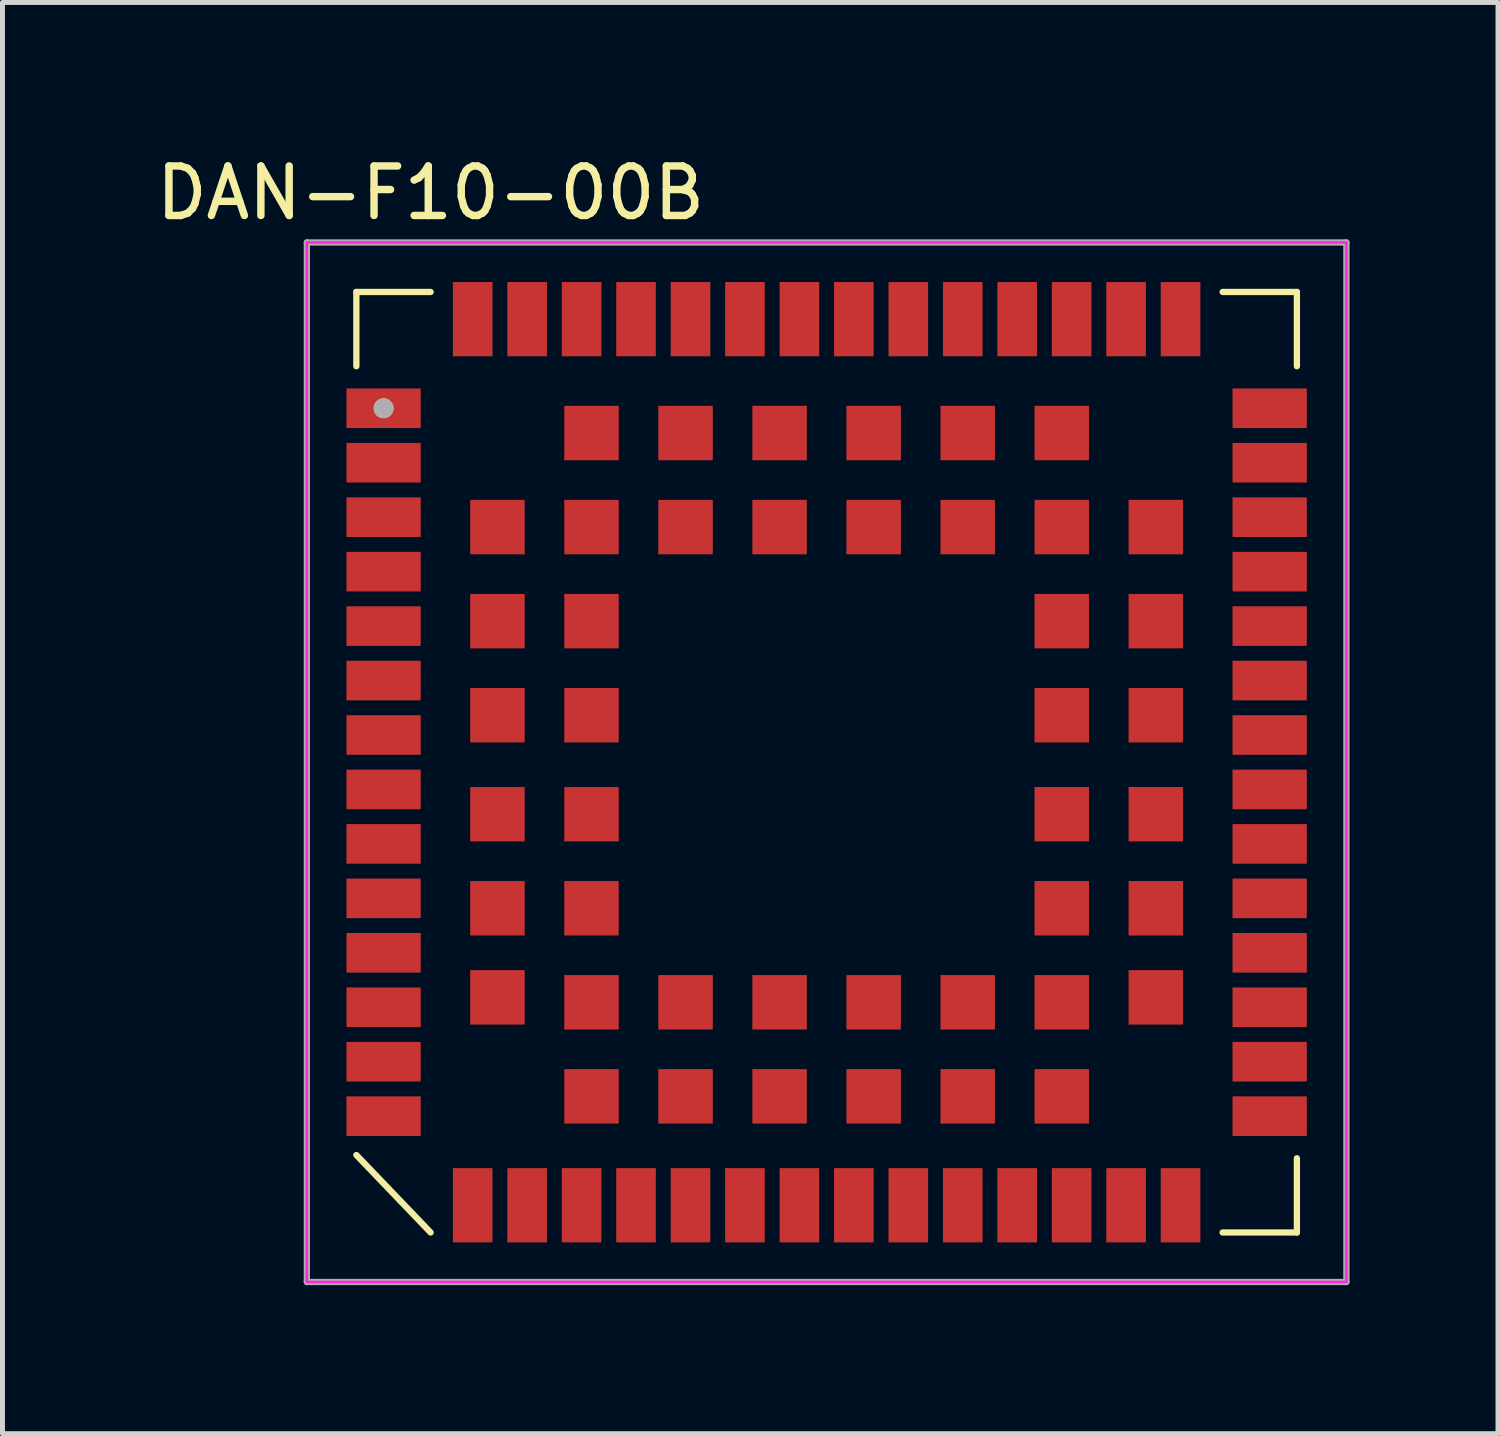
<source format=kicad_pcb>
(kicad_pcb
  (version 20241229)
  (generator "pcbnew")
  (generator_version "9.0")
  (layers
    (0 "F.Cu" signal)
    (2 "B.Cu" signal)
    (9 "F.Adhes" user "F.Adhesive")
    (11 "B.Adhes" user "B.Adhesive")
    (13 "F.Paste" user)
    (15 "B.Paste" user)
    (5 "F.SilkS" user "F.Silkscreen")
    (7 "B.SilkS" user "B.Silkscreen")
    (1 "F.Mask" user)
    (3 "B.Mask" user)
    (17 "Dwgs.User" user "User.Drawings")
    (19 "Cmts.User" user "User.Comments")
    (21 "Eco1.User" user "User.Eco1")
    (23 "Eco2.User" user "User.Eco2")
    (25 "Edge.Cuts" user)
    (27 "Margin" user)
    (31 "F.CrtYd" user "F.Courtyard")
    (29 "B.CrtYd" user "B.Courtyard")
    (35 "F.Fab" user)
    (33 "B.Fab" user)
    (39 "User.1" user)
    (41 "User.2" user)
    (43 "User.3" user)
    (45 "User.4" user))
  (footprint "DAN-F10-00B"
    (layer "F.Cu")
    (at 13.649 12.348)
    (property "Reference" "DAN-F10-00B" (at -8 -11.5 0) (layer "F.SilkS") (effects (font (size 1 1) (thickness 0.15))))
    (attr smd)
    (fp_line (start -9.5 -8) (end -9.5 -9.5) (stroke (width 0.127) (type solid)) (layer "F.SilkS"))
    (fp_line (start -9.5 7.935) (end -8 9.5) (stroke (width 0.127) (type solid)) (layer "F.SilkS"))
    (fp_line (start -8 -9.5) (end -9.5 -9.5) (stroke (width 0.127) (type solid)) (layer "F.SilkS"))
    (fp_line (start 8 -9.5) (end 9.5 -9.5) (stroke (width 0.127) (type solid)) (layer "F.SilkS"))
    (fp_line (start 8 9.5) (end 9.5 9.5) (stroke (width 0.127) (type solid)) (layer "F.SilkS"))
    (fp_line (start 9.5 -9.5) (end 9.5 -8) (stroke (width 0.127) (type solid)) (layer "F.SilkS"))
    (fp_line (start 9.5 8) (end 9.5 9.5) (stroke (width 0.127) (type solid)) (layer "F.SilkS"))
    (fp_circle (center -8.95 -7.15) (end -8.85 -7.15) (stroke (width 0.2) (type solid)) (fill no) (layer "F.SilkS"))
    (fp_poly (pts (xy -9.725 -7.52) (xy -8.175 -7.52) (xy -8.175 -6.77) (xy -9.725 -6.77)) (stroke (width 0.01) (type solid)) (fill yes) (layer "F.Paste"))
    (fp_poly (pts (xy -9.725 -6.425) (xy -8.175 -6.425) (xy -8.175 -5.675) (xy -9.725 -5.675)) (stroke (width 0.01) (type solid)) (fill yes) (layer "F.Paste"))
    (fp_poly (pts (xy -9.725 -4.225) (xy -8.175 -4.225) (xy -8.175 -3.475) (xy -9.725 -3.475)) (stroke (width 0.01) (type solid)) (fill yes) (layer "F.Paste"))
    (fp_poly (pts (xy -9.725 -3.125) (xy -8.175 -3.125) (xy -8.175 -2.375) (xy -9.725 -2.375)) (stroke (width 0.01) (type solid)) (fill yes) (layer "F.Paste"))
    (fp_poly (pts (xy -9.725 -2.025) (xy -8.175 -2.025) (xy -8.175 -1.275) (xy -9.725 -1.275)) (stroke (width 0.01) (type solid)) (fill yes) (layer "F.Paste"))
    (fp_poly (pts (xy -9.725 0.175) (xy -8.175 0.175) (xy -8.175 0.925) (xy -9.725 0.925)) (stroke (width 0.01) (type solid)) (fill yes) (layer "F.Paste"))
    (fp_poly (pts (xy -9.725 1.275) (xy -8.175 1.275) (xy -8.175 2.025) (xy -9.725 2.025)) (stroke (width 0.01) (type solid)) (fill yes) (layer "F.Paste"))
    (fp_poly (pts (xy -9.725 3.475) (xy -8.175 3.475) (xy -8.175 4.225) (xy -9.725 4.225)) (stroke (width 0.01) (type solid)) (fill yes) (layer "F.Paste"))
    (fp_poly (pts (xy -9.725 5.675) (xy -8.175 5.675) (xy -8.175 6.425) (xy -9.725 6.425)) (stroke (width 0.01) (type solid)) (fill yes) (layer "F.Paste"))
    (fp_poly (pts (xy -9.725 6.775) (xy -8.175 6.775) (xy -8.175 7.525) (xy -9.725 7.525)) (stroke (width 0.01) (type solid)) (fill yes) (layer "F.Paste"))
    (fp_poly (pts (xy -9.725 -5.325) (xy -8.175 -5.325) (xy -8.175 -4.575) (xy -9.725 -4.575)) (stroke (width 0.01) (type solid)) (fill yes) (layer "F.Paste"))
    (fp_poly (pts (xy -9.725 -0.925) (xy -8.175 -0.925) (xy -8.175 -0.175) (xy -9.725 -0.175)) (stroke (width 0.01) (type solid)) (fill yes) (layer "F.Paste"))
    (fp_poly (pts (xy -9.725 2.375) (xy -8.175 2.375) (xy -8.175 3.125) (xy -9.725 3.125)) (stroke (width 0.01) (type solid)) (fill yes) (layer "F.Paste"))
    (fp_poly (pts (xy -9.725 4.575) (xy -8.175 4.575) (xy -8.175 5.325) (xy -9.725 5.325)) (stroke (width 0.01) (type solid)) (fill yes) (layer "F.Paste"))
    (fp_poly (pts (xy -6.775 -9.725) (xy -6.775 -8.175) (xy -7.525 -8.175) (xy -7.525 -9.725)) (stroke (width 0.01) (type solid)) (fill yes) (layer "F.Paste"))
    (fp_poly (pts (xy -6.775 8.175) (xy -6.775 9.725) (xy -7.525 9.725) (xy -7.525 8.175)) (stroke (width 0.01) (type solid)) (fill yes) (layer "F.Paste"))
    (fp_poly (pts (xy -6.125 -5.275) (xy -6.125 -4.225) (xy -7.175 -4.225) (xy -7.175 -5.275)) (stroke (width 0.01) (type solid)) (fill yes) (layer "F.Paste"))
    (fp_poly (pts (xy -6.125 -3.375) (xy -6.125 -2.325) (xy -7.175 -2.325) (xy -7.175 -3.375)) (stroke (width 0.01) (type solid)) (fill yes) (layer "F.Paste"))
    (fp_poly (pts (xy -6.125 -1.475) (xy -6.125 -0.425) (xy -7.175 -0.425) (xy -7.175 -1.475)) (stroke (width 0.01) (type solid)) (fill yes) (layer "F.Paste"))
    (fp_poly (pts (xy -6.125 0.525) (xy -6.125 1.575) (xy -7.175 1.575) (xy -7.175 0.525)) (stroke (width 0.01) (type solid)) (fill yes) (layer "F.Paste"))
    (fp_poly (pts (xy -6.125 2.425) (xy -6.125 3.475) (xy -7.175 3.475) (xy -7.175 2.425)) (stroke (width 0.01) (type solid)) (fill yes) (layer "F.Paste"))
    (fp_poly (pts (xy -6.125 4.225) (xy -6.125 5.275) (xy -7.175 5.275) (xy -7.175 4.225)) (stroke (width 0.01) (type solid)) (fill yes) (layer "F.Paste"))
    (fp_poly (pts (xy -5.675 -9.725) (xy -5.675 -8.175) (xy -6.425 -8.175) (xy -6.425 -9.725)) (stroke (width 0.01) (type solid)) (fill yes) (layer "F.Paste"))
    (fp_poly (pts (xy -5.675 8.175) (xy -5.675 9.725) (xy -6.425 9.725) (xy -6.425 8.175)) (stroke (width 0.01) (type solid)) (fill yes) (layer "F.Paste"))
    (fp_poly (pts (xy -4.575 -9.725) (xy -4.575 -8.175) (xy -5.325 -8.175) (xy -5.325 -9.725)) (stroke (width 0.01) (type solid)) (fill yes) (layer "F.Paste"))
    (fp_poly (pts (xy -4.575 8.175) (xy -4.575 9.725) (xy -5.325 9.725) (xy -5.325 8.175)) (stroke (width 0.01) (type solid)) (fill yes) (layer "F.Paste"))
    (fp_poly (pts (xy -4.225 -7.175) (xy -4.225 -6.125) (xy -5.275 -6.125) (xy -5.275 -7.175)) (stroke (width 0.01) (type solid)) (fill yes) (layer "F.Paste"))
    (fp_poly (pts (xy -4.225 -5.275) (xy -4.225 -4.225) (xy -5.275 -4.225) (xy -5.275 -5.275)) (stroke (width 0.01) (type solid)) (fill yes) (layer "F.Paste"))
    (fp_poly (pts (xy -4.225 -3.375) (xy -4.225 -2.325) (xy -5.275 -2.325) (xy -5.275 -3.375)) (stroke (width 0.01) (type solid)) (fill yes) (layer "F.Paste"))
    (fp_poly (pts (xy -4.225 -1.475) (xy -4.225 -0.425) (xy -5.275 -0.425) (xy -5.275 -1.475)) (stroke (width 0.01) (type solid)) (fill yes) (layer "F.Paste"))
    (fp_poly (pts (xy -4.225 0.525) (xy -4.225 1.575) (xy -5.275 1.575) (xy -5.275 0.525)) (stroke (width 0.01) (type solid)) (fill yes) (layer "F.Paste"))
    (fp_poly (pts (xy -4.225 2.425) (xy -4.225 3.475) (xy -5.275 3.475) (xy -5.275 2.425)) (stroke (width 0.01) (type solid)) (fill yes) (layer "F.Paste"))
    (fp_poly (pts (xy -4.225 4.325) (xy -4.225 5.375) (xy -5.275 5.375) (xy -5.275 4.325)) (stroke (width 0.01) (type solid)) (fill yes) (layer "F.Paste"))
    (fp_poly (pts (xy -4.225 6.225) (xy -4.225 7.275) (xy -5.275 7.275) (xy -5.275 6.225)) (stroke (width 0.01) (type solid)) (fill yes) (layer "F.Paste"))
    (fp_poly (pts (xy -3.475 -9.725) (xy -3.475 -8.175) (xy -4.225 -8.175) (xy -4.225 -9.725)) (stroke (width 0.01) (type solid)) (fill yes) (layer "F.Paste"))
    (fp_poly (pts (xy -3.475 8.175) (xy -3.475 9.725) (xy -4.225 9.725) (xy -4.225 8.175)) (stroke (width 0.01) (type solid)) (fill yes) (layer "F.Paste"))
    (fp_poly (pts (xy -2.375 -9.725) (xy -2.375 -8.175) (xy -3.125 -8.175) (xy -3.125 -9.725)) (stroke (width 0.01) (type solid)) (fill yes) (layer "F.Paste"))
    (fp_poly (pts (xy -2.375 8.175) (xy -2.375 9.725) (xy -3.125 9.725) (xy -3.125 8.175)) (stroke (width 0.01) (type solid)) (fill yes) (layer "F.Paste"))
    (fp_poly (pts (xy -2.325 -7.175) (xy -2.325 -6.125) (xy -3.375 -6.125) (xy -3.375 -7.175)) (stroke (width 0.01) (type solid)) (fill yes) (layer "F.Paste"))
    (fp_poly (pts (xy -2.325 -5.275) (xy -2.325 -4.225) (xy -3.375 -4.225) (xy -3.375 -5.275)) (stroke (width 0.01) (type solid)) (fill yes) (layer "F.Paste"))
    (fp_poly (pts (xy -2.325 4.325) (xy -2.325 5.375) (xy -3.375 5.375) (xy -3.375 4.325)) (stroke (width 0.01) (type solid)) (fill yes) (layer "F.Paste"))
    (fp_poly (pts (xy -2.325 6.225) (xy -2.325 7.275) (xy -3.375 7.275) (xy -3.375 6.225)) (stroke (width 0.01) (type solid)) (fill yes) (layer "F.Paste"))
    (fp_poly (pts (xy -1.275 -9.725) (xy -1.275 -8.175) (xy -2.025 -8.175) (xy -2.025 -9.725)) (stroke (width 0.01) (type solid)) (fill yes) (layer "F.Paste"))
    (fp_poly (pts (xy -1.275 8.175) (xy -1.275 9.725) (xy -2.025 9.725) (xy -2.025 8.175)) (stroke (width 0.01) (type solid)) (fill yes) (layer "F.Paste"))
    (fp_poly (pts (xy -0.425 -7.175) (xy -0.425 -6.125) (xy -1.475 -6.125) (xy -1.475 -7.175)) (stroke (width 0.01) (type solid)) (fill yes) (layer "F.Paste"))
    (fp_poly (pts (xy -0.425 -5.275) (xy -0.425 -4.225) (xy -1.475 -4.225) (xy -1.475 -5.275)) (stroke (width 0.01) (type solid)) (fill yes) (layer "F.Paste"))
    (fp_poly (pts (xy -0.425 4.325) (xy -0.425 5.375) (xy -1.475 5.375) (xy -1.475 4.325)) (stroke (width 0.01) (type solid)) (fill yes) (layer "F.Paste"))
    (fp_poly (pts (xy -0.425 6.225) (xy -0.425 7.275) (xy -1.475 7.275) (xy -1.475 6.225)) (stroke (width 0.01) (type solid)) (fill yes) (layer "F.Paste"))
    (fp_poly (pts (xy -0.175 -9.725) (xy -0.175 -8.175) (xy -0.925 -8.175) (xy -0.925 -9.725)) (stroke (width 0.01) (type solid)) (fill yes) (layer "F.Paste"))
    (fp_poly (pts (xy -0.175 8.175) (xy -0.175 9.725) (xy -0.925 9.725) (xy -0.925 8.175)) (stroke (width 0.01) (type solid)) (fill yes) (layer "F.Paste"))
    (fp_poly (pts (xy 0.925 -9.725) (xy 0.925 -8.175) (xy 0.175 -8.175) (xy 0.175 -9.725)) (stroke (width 0.01) (type solid)) (fill yes) (layer "F.Paste"))
    (fp_poly (pts (xy 0.925 8.175) (xy 0.925 9.725) (xy 0.175 9.725) (xy 0.175 8.175)) (stroke (width 0.01) (type solid)) (fill yes) (layer "F.Paste"))
    (fp_poly (pts (xy 1.475 -7.175) (xy 1.475 -6.125) (xy 0.425 -6.125) (xy 0.425 -7.175)) (stroke (width 0.01) (type solid)) (fill yes) (layer "F.Paste"))
    (fp_poly (pts (xy 1.475 -5.275) (xy 1.475 -4.225) (xy 0.425 -4.225) (xy 0.425 -5.275)) (stroke (width 0.01) (type solid)) (fill yes) (layer "F.Paste"))
    (fp_poly (pts (xy 1.475 4.325) (xy 1.475 5.375) (xy 0.425 5.375) (xy 0.425 4.325)) (stroke (width 0.01) (type solid)) (fill yes) (layer "F.Paste"))
    (fp_poly (pts (xy 1.475 6.225) (xy 1.475 7.275) (xy 0.425 7.275) (xy 0.425 6.225)) (stroke (width 0.01) (type solid)) (fill yes) (layer "F.Paste"))
    (fp_poly (pts (xy 2.025 -9.725) (xy 2.025 -8.175) (xy 1.275 -8.175) (xy 1.275 -9.725)) (stroke (width 0.01) (type solid)) (fill yes) (layer "F.Paste"))
    (fp_poly (pts (xy 2.025 8.175) (xy 2.025 9.725) (xy 1.275 9.725) (xy 1.275 8.175)) (stroke (width 0.01) (type solid)) (fill yes) (layer "F.Paste"))
    (fp_poly (pts (xy 3.125 -9.725) (xy 3.125 -8.175) (xy 2.375 -8.175) (xy 2.375 -9.725)) (stroke (width 0.01) (type solid)) (fill yes) (layer "F.Paste"))
    (fp_poly (pts (xy 3.125 8.175) (xy 3.125 9.725) (xy 2.375 9.725) (xy 2.375 8.175)) (stroke (width 0.01) (type solid)) (fill yes) (layer "F.Paste"))
    (fp_poly (pts (xy 3.375 -7.175) (xy 3.375 -6.125) (xy 2.325 -6.125) (xy 2.325 -7.175)) (stroke (width 0.01) (type solid)) (fill yes) (layer "F.Paste"))
    (fp_poly (pts (xy 3.375 -5.275) (xy 3.375 -4.225) (xy 2.325 -4.225) (xy 2.325 -5.275)) (stroke (width 0.01) (type solid)) (fill yes) (layer "F.Paste"))
    (fp_poly (pts (xy 3.375 4.325) (xy 3.375 5.375) (xy 2.325 5.375) (xy 2.325 4.325)) (stroke (width 0.01) (type solid)) (fill yes) (layer "F.Paste"))
    (fp_poly (pts (xy 3.375 6.225) (xy 3.375 7.275) (xy 2.325 7.275) (xy 2.325 6.225)) (stroke (width 0.01) (type solid)) (fill yes) (layer "F.Paste"))
    (fp_poly (pts (xy 4.225 -9.725) (xy 4.225 -8.175) (xy 3.475 -8.175) (xy 3.475 -9.725)) (stroke (width 0.01) (type solid)) (fill yes) (layer "F.Paste"))
    (fp_poly (pts (xy 4.225 8.175) (xy 4.225 9.725) (xy 3.475 9.725) (xy 3.475 8.175)) (stroke (width 0.01) (type solid)) (fill yes) (layer "F.Paste"))
    (fp_poly (pts (xy 5.275 -7.175) (xy 5.275 -6.125) (xy 4.225 -6.125) (xy 4.225 -7.175)) (stroke (width 0.01) (type solid)) (fill yes) (layer "F.Paste"))
    (fp_poly (pts (xy 5.275 -5.275) (xy 5.275 -4.225) (xy 4.225 -4.225) (xy 4.225 -5.275)) (stroke (width 0.01) (type solid)) (fill yes) (layer "F.Paste"))
    (fp_poly (pts (xy 5.275 -3.375) (xy 5.275 -2.325) (xy 4.225 -2.325) (xy 4.225 -3.375)) (stroke (width 0.01) (type solid)) (fill yes) (layer "F.Paste"))
    (fp_poly (pts (xy 5.275 -1.475) (xy 5.275 -0.425) (xy 4.225 -0.425) (xy 4.225 -1.475)) (stroke (width 0.01) (type solid)) (fill yes) (layer "F.Paste"))
    (fp_poly (pts (xy 5.275 0.525) (xy 5.275 1.575) (xy 4.225 1.575) (xy 4.225 0.525)) (stroke (width 0.01) (type solid)) (fill yes) (layer "F.Paste"))
    (fp_poly (pts (xy 5.275 2.425) (xy 5.275 3.475) (xy 4.225 3.475) (xy 4.225 2.425)) (stroke (width 0.01) (type solid)) (fill yes) (layer "F.Paste"))
    (fp_poly (pts (xy 5.275 4.325) (xy 5.275 5.375) (xy 4.225 5.375) (xy 4.225 4.325)) (stroke (width 0.01) (type solid)) (fill yes) (layer "F.Paste"))
    (fp_poly (pts (xy 5.275 6.225) (xy 5.275 7.275) (xy 4.225 7.275) (xy 4.225 6.225)) (stroke (width 0.01) (type solid)) (fill yes) (layer "F.Paste"))
    (fp_poly (pts (xy 5.325 -9.725) (xy 5.325 -8.175) (xy 4.575 -8.175) (xy 4.575 -9.725)) (stroke (width 0.01) (type solid)) (fill yes) (layer "F.Paste"))
    (fp_poly (pts (xy 5.325 8.175) (xy 5.325 9.725) (xy 4.575 9.725) (xy 4.575 8.175)) (stroke (width 0.01) (type solid)) (fill yes) (layer "F.Paste"))
    (fp_poly (pts (xy 6.425 -9.725) (xy 6.425 -8.175) (xy 5.675 -8.175) (xy 5.675 -9.725)) (stroke (width 0.01) (type solid)) (fill yes) (layer "F.Paste"))
    (fp_poly (pts (xy 6.425 8.175) (xy 6.425 9.725) (xy 5.675 9.725) (xy 5.675 8.175)) (stroke (width 0.01) (type solid)) (fill yes) (layer "F.Paste"))
    (fp_poly (pts (xy 7.175 -5.275) (xy 7.175 -4.225) (xy 6.125 -4.225) (xy 6.125 -5.275)) (stroke (width 0.01) (type solid)) (fill yes) (layer "F.Paste"))
    (fp_poly (pts (xy 7.175 -3.375) (xy 7.175 -2.325) (xy 6.125 -2.325) (xy 6.125 -3.375)) (stroke (width 0.01) (type solid)) (fill yes) (layer "F.Paste"))
    (fp_poly (pts (xy 7.175 -1.475) (xy 7.175 -0.425) (xy 6.125 -0.425) (xy 6.125 -1.475)) (stroke (width 0.01) (type solid)) (fill yes) (layer "F.Paste"))
    (fp_poly (pts (xy 7.175 0.525) (xy 7.175 1.575) (xy 6.125 1.575) (xy 6.125 0.525)) (stroke (width 0.01) (type solid)) (fill yes) (layer "F.Paste"))
    (fp_poly (pts (xy 7.175 2.425) (xy 7.175 3.475) (xy 6.125 3.475) (xy 6.125 2.425)) (stroke (width 0.01) (type solid)) (fill yes) (layer "F.Paste"))
    (fp_poly (pts (xy 7.175 4.225) (xy 7.175 5.275) (xy 6.125 5.275) (xy 6.125 4.225)) (stroke (width 0.01) (type solid)) (fill yes) (layer "F.Paste"))
    (fp_poly (pts (xy 7.52 -9.725) (xy 7.52 -8.175) (xy 6.77 -8.175) (xy 6.77 -9.725)) (stroke (width 0.01) (type solid)) (fill yes) (layer "F.Paste"))
    (fp_poly (pts (xy 7.52 8.175) (xy 7.52 9.725) (xy 6.77 9.725) (xy 6.77 8.175)) (stroke (width 0.01) (type solid)) (fill yes) (layer "F.Paste"))
    (fp_poly (pts (xy 8.175 -7.52) (xy 9.725 -7.52) (xy 9.725 -6.77) (xy 8.175 -6.77)) (stroke (width 0.01) (type solid)) (fill yes) (layer "F.Paste"))
    (fp_poly (pts (xy 8.175 -6.425) (xy 9.725 -6.425) (xy 9.725 -5.675) (xy 8.175 -5.675)) (stroke (width 0.01) (type solid)) (fill yes) (layer "F.Paste"))
    (fp_poly (pts (xy 8.175 -4.225) (xy 9.725 -4.225) (xy 9.725 -3.475) (xy 8.175 -3.475)) (stroke (width 0.01) (type solid)) (fill yes) (layer "F.Paste"))
    (fp_poly (pts (xy 8.175 -3.125) (xy 9.725 -3.125) (xy 9.725 -2.375) (xy 8.175 -2.375)) (stroke (width 0.01) (type solid)) (fill yes) (layer "F.Paste"))
    (fp_poly (pts (xy 8.175 -2.025) (xy 9.725 -2.025) (xy 9.725 -1.275) (xy 8.175 -1.275)) (stroke (width 0.01) (type solid)) (fill yes) (layer "F.Paste"))
    (fp_poly (pts (xy 8.175 0.175) (xy 9.725 0.175) (xy 9.725 0.925) (xy 8.175 0.925)) (stroke (width 0.01) (type solid)) (fill yes) (layer "F.Paste"))
    (fp_poly (pts (xy 8.175 1.275) (xy 9.725 1.275) (xy 9.725 2.025) (xy 8.175 2.025)) (stroke (width 0.01) (type solid)) (fill yes) (layer "F.Paste"))
    (fp_poly (pts (xy 8.175 3.475) (xy 9.725 3.475) (xy 9.725 4.225) (xy 8.175 4.225)) (stroke (width 0.01) (type solid)) (fill yes) (layer "F.Paste"))
    (fp_poly (pts (xy 8.175 5.675) (xy 9.725 5.675) (xy 9.725 6.425) (xy 8.175 6.425)) (stroke (width 0.01) (type solid)) (fill yes) (layer "F.Paste"))
    (fp_poly (pts (xy 8.175 6.775) (xy 9.725 6.775) (xy 9.725 7.525) (xy 8.175 7.525)) (stroke (width 0.01) (type solid)) (fill yes) (layer "F.Paste"))
    (fp_poly (pts (xy 8.175 -5.325) (xy 9.725 -5.325) (xy 9.725 -4.575) (xy 8.175 -4.575)) (stroke (width 0.01) (type solid)) (fill yes) (layer "F.Paste"))
    (fp_poly (pts (xy 8.175 -0.925) (xy 9.725 -0.925) (xy 9.725 -0.175) (xy 8.175 -0.175)) (stroke (width 0.01) (type solid)) (fill yes) (layer "F.Paste"))
    (fp_poly (pts (xy 8.175 2.375) (xy 9.725 2.375) (xy 9.725 3.125) (xy 8.175 3.125)) (stroke (width 0.01) (type solid)) (fill yes) (layer "F.Paste"))
    (fp_poly (pts (xy 8.175 4.575) (xy 9.725 4.575) (xy 9.725 5.325) (xy 8.175 5.325)) (stroke (width 0.01) (type solid)) (fill yes) (layer "F.Paste"))
    (fp_line (start -10.5 -10.5) (end -10.5 10.5) (stroke (width 0.05) (type solid)) (layer "F.CrtYd"))
    (fp_line (start -10.5 10.5) (end 10.5 10.5) (stroke (width 0.05) (type solid)) (layer "F.CrtYd"))
    (fp_line (start 10.5 -10.5) (end -10.5 -10.5) (stroke (width 0.05) (type solid)) (layer "F.CrtYd"))
    (fp_line (start 10.5 10.5) (end 10.5 -10.5) (stroke (width 0.05) (type solid)) (layer "F.CrtYd"))
    (fp_line (start -10.5 -10.5) (end -10.5 10.5) (stroke (width 0.127) (type solid)) (layer "F.Fab"))
    (fp_line (start -10.5 10.5) (end 10.5 10.5) (stroke (width 0.127) (type solid)) (layer "F.Fab"))
    (fp_line (start 10.5 -10.5) (end -10.5 -10.5) (stroke (width 0.127) (type solid)) (layer "F.Fab"))
    (fp_line (start 10.5 10.5) (end 10.5 -10.5) (stroke (width 0.127) (type solid)) (layer "F.Fab"))
    (fp_circle (center -8.95 -7.15) (end -8.85 -7.15) (stroke (width 0.2) (type solid)) (fill no) (layer "F.Fab"))
    (pad "1" smd rect (at -8.95 0.55 90) (size 0.8 1.5) (layers "F.Cu" "F.Mask"))
    (pad "1" smd rect (at -8.95 -1.65 90) (size 0.8 1.5) (layers "F.Cu" "F.Mask"))
    (pad "1" smd rect (at -8.95 1.65 90) (size 0.8 1.5) (layers "F.Cu" "F.Mask"))
    (pad "1" smd rect (at -8.95 4.95 90) (size 0.8 1.5) (layers "F.Cu" "F.Mask"))
    (pad "1" smd rect (at -8.95 7.15 90) (size 0.8 1.5) (layers "F.Cu" "F.Mask"))
    (pad "1" smd rect (at -8.95 -7.15 90) (size 0.8 1.5) (layers "F.Cu" "F.Mask"))
    (pad "1" smd rect (at -8.95 -6.05 90) (size 0.8 1.5) (layers "F.Cu" "F.Mask"))
    (pad "1" smd rect (at -8.95 -2.75 90) (size 0.8 1.5) (layers "F.Cu" "F.Mask"))
    (pad "1" smd rect (at -8.95 -0.55 90) (size 0.8 1.5) (layers "F.Cu" "F.Mask"))
    (pad "1" smd rect (at -7.15 -8.95) (size 0.8 1.5) (layers "F.Cu" "F.Mask"))
    (pad "1" smd rect (at -7.15 8.95) (size 0.8 1.5) (layers "F.Cu" "F.Mask"))
    (pad "1" smd rect (at -6.05 -8.95) (size 0.8 1.5) (layers "F.Cu" "F.Mask"))
    (pad "1" smd rect (at -6.05 8.95) (size 0.8 1.5) (layers "F.Cu" "F.Mask"))
    (pad "1" smd rect (at -4.95 -8.95) (size 0.8 1.5) (layers "F.Cu" "F.Mask"))
    (pad "1" smd rect (at -4.95 8.95) (size 0.8 1.5) (layers "F.Cu" "F.Mask"))
    (pad "1" smd rect (at -3.85 8.95) (size 0.8 1.5) (layers "F.Cu" "F.Mask"))
    (pad "1" smd rect (at -2.75 -8.95) (size 0.8 1.5) (layers "F.Cu" "F.Mask"))
    (pad "1" smd rect (at -2.75 8.95) (size 0.8 1.5) (layers "F.Cu" "F.Mask"))
    (pad "1" smd rect (at -1.65 -8.95) (size 0.8 1.5) (layers "F.Cu" "F.Mask"))
    (pad "1" smd rect (at -1.65 8.95) (size 0.8 1.5) (layers "F.Cu" "F.Mask"))
    (pad "1" smd rect (at -0.55 8.95) (size 0.8 1.5) (layers "F.Cu" "F.Mask"))
    (pad "1" smd rect (at 0.55 -8.95) (size 0.8 1.5) (layers "F.Cu" "F.Mask"))
    (pad "1" smd rect (at 0.55 8.95) (size 0.8 1.5) (layers "F.Cu" "F.Mask"))
    (pad "1" smd rect (at 2.75 -8.95) (size 0.8 1.5) (layers "F.Cu" "F.Mask"))
    (pad "1" smd rect (at 6.05 -8.95) (size 0.8 1.5) (layers "F.Cu" "F.Mask"))
    (pad "1" smd rect (at 6.05 8.95) (size 0.8 1.5) (layers "F.Cu" "F.Mask"))
    (pad "1" smd rect (at 7.15 -8.95) (size 0.8 1.5) (layers "F.Cu" "F.Mask"))
    (pad "1" smd rect (at 7.15 8.95) (size 0.8 1.5) (layers "F.Cu" "F.Mask"))
    (pad "1" smd rect (at 8.95 0.55 90) (size 0.8 1.5) (layers "F.Cu" "F.Mask"))
    (pad "1" smd rect (at 8.95 -1.65 90) (size 0.8 1.5) (layers "F.Cu" "F.Mask"))
    (pad "1" smd rect (at 8.95 2.75 90) (size 0.8 1.5) (layers "F.Cu" "F.Mask"))
    (pad "1" smd rect (at 8.95 7.15 90) (size 0.8 1.5) (layers "F.Cu" "F.Mask"))
    (pad "1" smd rect (at 8.95 -7.15 90) (size 0.8 1.5) (layers "F.Cu" "F.Mask"))
    (pad "1" smd rect (at 8.95 -6.05 90) (size 0.8 1.5) (layers "F.Cu" "F.Mask"))
    (pad "1" smd rect (at 8.95 -4.95 90) (size 0.8 1.5) (layers "F.Cu" "F.Mask"))
    (pad "1" smd rect (at 8.95 -0.55 90) (size 0.8 1.5) (layers "F.Cu" "F.Mask"))
    (pad "9" smd rect (at 1.65 8.95) (size 0.8 1.5) (layers "F.Cu" "F.Mask"))
    (pad "10" smd rect (at 2.75 8.95) (size 0.8 1.5) (layers "F.Cu" "F.Mask"))
    (pad "11" smd rect (at 3.85 8.95) (size 0.8 1.5) (layers "F.Cu" "F.Mask"))
    (pad "12" smd rect (at 4.95 8.95) (size 0.8 1.5) (layers "F.Cu" "F.Mask"))
    (pad "16" smd rect (at 8.95 6.05 90) (size 0.8 1.5) (layers "F.Cu" "F.Mask"))
    (pad "17" smd rect (at 8.95 4.95 90) (size 0.8 1.5) (layers "F.Cu" "F.Mask"))
    (pad "18" smd rect (at 8.95 3.85 90) (size 0.8 1.5) (layers "F.Cu" "F.Mask"))
    (pad "20" smd rect (at 8.95 1.65 90) (size 0.8 1.5) (layers "F.Cu" "F.Mask"))
    (pad "24" smd rect (at 8.95 -2.75 90) (size 0.8 1.5) (layers "F.Cu" "F.Mask"))
    (pad "25" smd rect (at 8.95 -3.85 90) (size 0.8 1.5) (layers "F.Cu" "F.Mask"))
    (pad "31" smd rect (at 4.95 -8.95) (size 0.8 1.5) (layers "F.Cu" "F.Mask"))
    (pad "32" smd rect (at 3.85 -8.95) (size 0.8 1.5) (layers "F.Cu" "F.Mask"))
    (pad "34" smd rect (at 1.65 -8.95) (size 0.8 1.5) (layers "F.Cu" "F.Mask"))
    (pad "36" smd rect (at -0.55 -8.95) (size 0.8 1.5) (layers "F.Cu" "F.Mask"))
    (pad "39" smd rect (at -3.85 -8.95) (size 0.8 1.5) (layers "F.Cu" "F.Mask"))
    (pad "45" smd rect (at -8.95 -4.95 90) (size 0.8 1.5) (layers "F.Cu" "F.Mask"))
    (pad "46" smd rect (at -8.95 -3.85 90) (size 0.8 1.5) (layers "F.Cu" "F.Mask"))
    (pad "52" smd rect (at -8.95 2.75 90) (size 0.8 1.5) (layers "F.Cu" "F.Mask"))
    (pad "53" smd rect (at -8.95 3.85 90) (size 0.8 1.5) (layers "F.Cu" "F.Mask"))
    (pad "55" smd rect (at -8.95 6.05 90) (size 0.8 1.5) (layers "F.Cu" "F.Mask"))
    (pad "EP1" smd rect (at -6.65 -4.75) (size 1.1 1.1) (layers "F.Cu" "F.Mask"))
    (pad "EP1" smd rect (at -6.65 -2.85) (size 1.1 1.1) (layers "F.Cu" "F.Mask"))
    (pad "EP1" smd rect (at -6.65 -0.95) (size 1.1 1.1) (layers "F.Cu" "F.Mask"))
    (pad "EP1" smd rect (at -6.65 1.05) (size 1.1 1.1) (layers "F.Cu" "F.Mask"))
    (pad "EP1" smd rect (at -6.65 2.95) (size 1.1 1.1) (layers "F.Cu" "F.Mask"))
    (pad "EP1" smd rect (at -6.65 4.75) (size 1.1 1.1) (layers "F.Cu" "F.Mask"))
    (pad "EP1" smd rect (at -4.75 -6.65) (size 1.1 1.1) (layers "F.Cu" "F.Mask"))
    (pad "EP1" smd rect (at -4.75 -4.75) (size 1.1 1.1) (layers "F.Cu" "F.Mask"))
    (pad "EP1" smd rect (at -4.75 -2.85) (size 1.1 1.1) (layers "F.Cu" "F.Mask"))
    (pad "EP1" smd rect (at -4.75 -0.95) (size 1.1 1.1) (layers "F.Cu" "F.Mask"))
    (pad "EP1" smd rect (at -4.75 1.05) (size 1.1 1.1) (layers "F.Cu" "F.Mask"))
    (pad "EP1" smd rect (at -4.75 2.95) (size 1.1 1.1) (layers "F.Cu" "F.Mask"))
    (pad "EP1" smd rect (at -4.75 4.85) (size 1.1 1.1) (layers "F.Cu" "F.Mask"))
    (pad "EP1" smd rect (at -4.75 6.75) (size 1.1 1.1) (layers "F.Cu" "F.Mask"))
    (pad "EP1" smd rect (at -2.85 -6.65) (size 1.1 1.1) (layers "F.Cu" "F.Mask"))
    (pad "EP1" smd rect (at -2.85 -4.75) (size 1.1 1.1) (layers "F.Cu" "F.Mask"))
    (pad "EP1" smd rect (at -2.85 4.85) (size 1.1 1.1) (layers "F.Cu" "F.Mask"))
    (pad "EP1" smd rect (at -2.85 6.75) (size 1.1 1.1) (layers "F.Cu" "F.Mask"))
    (pad "EP1" smd rect (at -0.95 -6.65) (size 1.1 1.1) (layers "F.Cu" "F.Mask"))
    (pad "EP1" smd rect (at -0.95 -4.75) (size 1.1 1.1) (layers "F.Cu" "F.Mask"))
    (pad "EP1" smd rect (at -0.95 4.85) (size 1.1 1.1) (layers "F.Cu" "F.Mask"))
    (pad "EP1" smd rect (at -0.95 6.75) (size 1.1 1.1) (layers "F.Cu" "F.Mask"))
    (pad "EP1" smd rect (at 0.95 -6.65) (size 1.1 1.1) (layers "F.Cu" "F.Mask"))
    (pad "EP1" smd rect (at 0.95 -4.75) (size 1.1 1.1) (layers "F.Cu" "F.Mask"))
    (pad "EP1" smd rect (at 0.95 4.85) (size 1.1 1.1) (layers "F.Cu" "F.Mask"))
    (pad "EP1" smd rect (at 0.95 6.75) (size 1.1 1.1) (layers "F.Cu" "F.Mask"))
    (pad "EP1" smd rect (at 2.85 -6.65) (size 1.1 1.1) (layers "F.Cu" "F.Mask"))
    (pad "EP1" smd rect (at 2.85 -4.75) (size 1.1 1.1) (layers "F.Cu" "F.Mask"))
    (pad "EP1" smd rect (at 2.85 4.85) (size 1.1 1.1) (layers "F.Cu" "F.Mask"))
    (pad "EP1" smd rect (at 2.85 6.75) (size 1.1 1.1) (layers "F.Cu" "F.Mask"))
    (pad "EP1" smd rect (at 4.75 -6.65) (size 1.1 1.1) (layers "F.Cu" "F.Mask"))
    (pad "EP1" smd rect (at 4.75 -4.75) (size 1.1 1.1) (layers "F.Cu" "F.Mask"))
    (pad "EP1" smd rect (at 4.75 -2.85) (size 1.1 1.1) (layers "F.Cu" "F.Mask"))
    (pad "EP1" smd rect (at 4.75 -0.95) (size 1.1 1.1) (layers "F.Cu" "F.Mask"))
    (pad "EP1" smd rect (at 4.75 1.05) (size 1.1 1.1) (layers "F.Cu" "F.Mask"))
    (pad "EP1" smd rect (at 4.75 2.95) (size 1.1 1.1) (layers "F.Cu" "F.Mask"))
    (pad "EP1" smd rect (at 4.75 4.85) (size 1.1 1.1) (layers "F.Cu" "F.Mask"))
    (pad "EP1" smd rect (at 4.75 6.75) (size 1.1 1.1) (layers "F.Cu" "F.Mask"))
    (pad "EP1" smd rect (at 6.65 -4.75) (size 1.1 1.1) (layers "F.Cu" "F.Mask"))
    (pad "EP1" smd rect (at 6.65 -2.85) (size 1.1 1.1) (layers "F.Cu" "F.Mask"))
    (pad "EP1" smd rect (at 6.65 -0.95) (size 1.1 1.1) (layers "F.Cu" "F.Mask"))
    (pad "EP1" smd rect (at 6.65 1.05) (size 1.1 1.1) (layers "F.Cu" "F.Mask"))
    (pad "EP1" smd rect (at 6.65 2.95) (size 1.1 1.1) (layers "F.Cu" "F.Mask"))
    (pad "EP1" smd rect (at 6.65 4.75) (size 1.1 1.1) (layers "F.Cu" "F.Mask")))
  (gr_rect
    (start -3 -3)
    (end 27.212 25.912)
    (stroke (width 0.1) (type default))
    (fill no)
    (layer "Edge.Cuts")))
</source>
